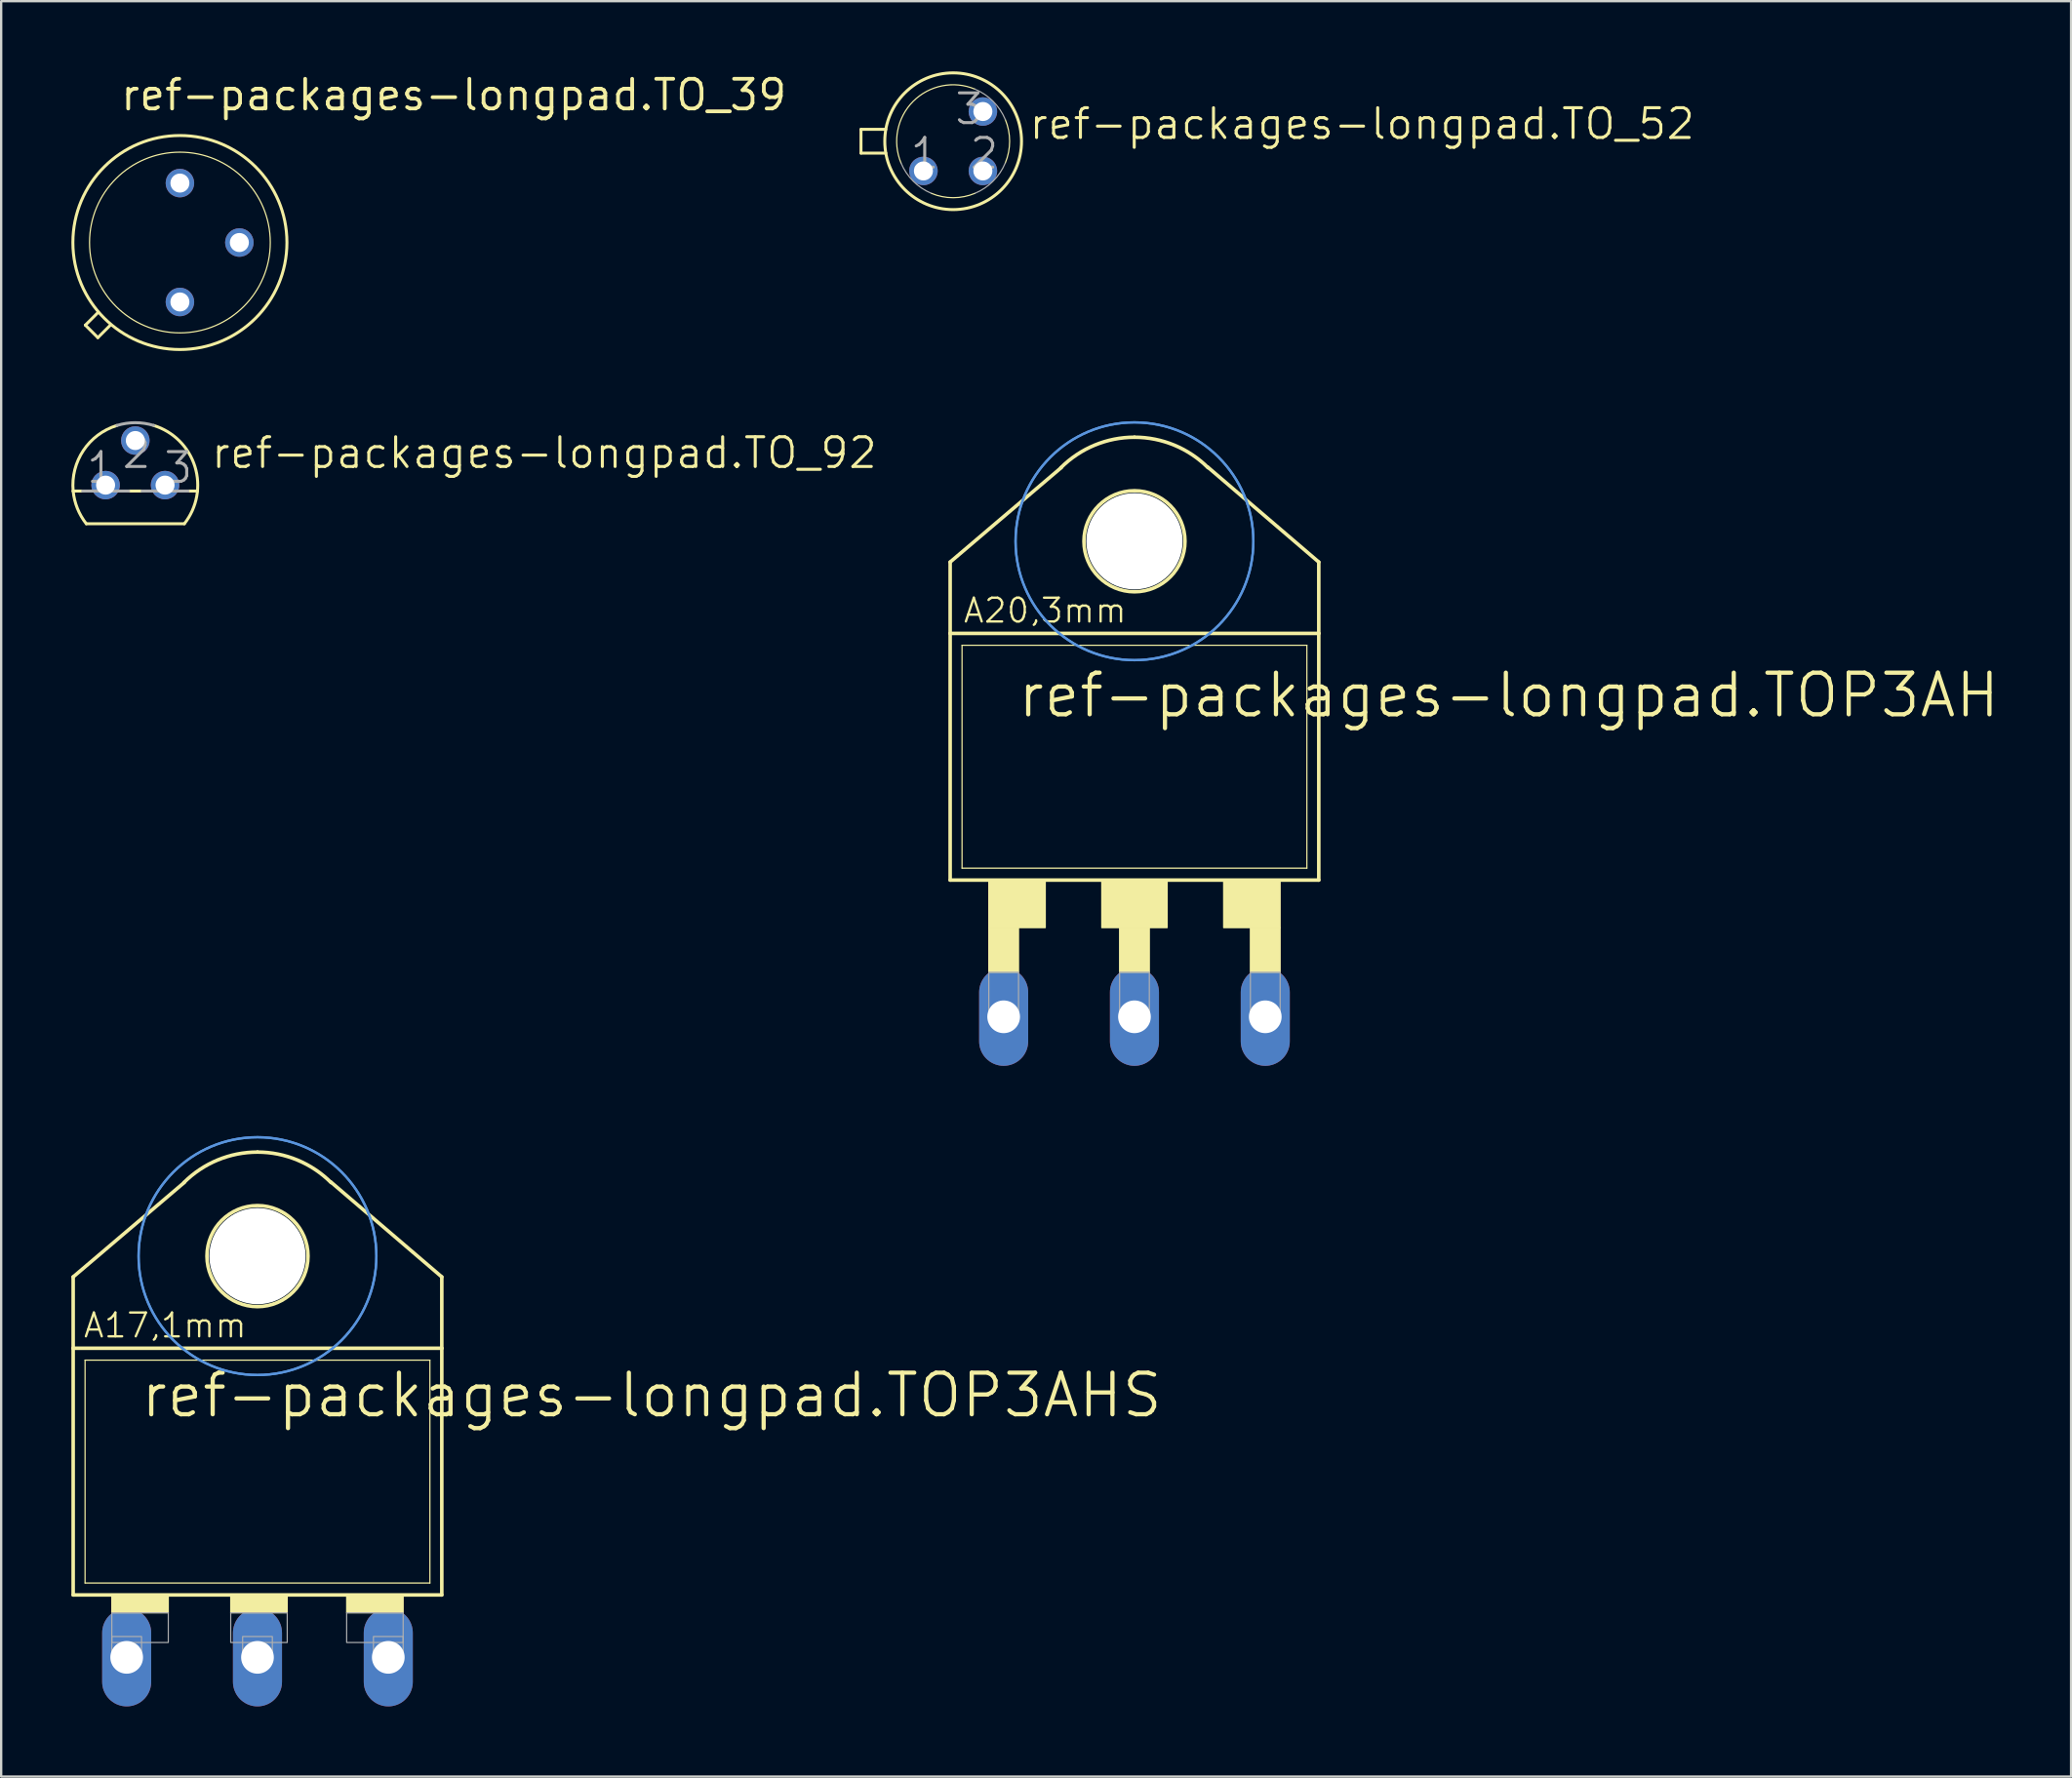
<source format=kicad_pcb>
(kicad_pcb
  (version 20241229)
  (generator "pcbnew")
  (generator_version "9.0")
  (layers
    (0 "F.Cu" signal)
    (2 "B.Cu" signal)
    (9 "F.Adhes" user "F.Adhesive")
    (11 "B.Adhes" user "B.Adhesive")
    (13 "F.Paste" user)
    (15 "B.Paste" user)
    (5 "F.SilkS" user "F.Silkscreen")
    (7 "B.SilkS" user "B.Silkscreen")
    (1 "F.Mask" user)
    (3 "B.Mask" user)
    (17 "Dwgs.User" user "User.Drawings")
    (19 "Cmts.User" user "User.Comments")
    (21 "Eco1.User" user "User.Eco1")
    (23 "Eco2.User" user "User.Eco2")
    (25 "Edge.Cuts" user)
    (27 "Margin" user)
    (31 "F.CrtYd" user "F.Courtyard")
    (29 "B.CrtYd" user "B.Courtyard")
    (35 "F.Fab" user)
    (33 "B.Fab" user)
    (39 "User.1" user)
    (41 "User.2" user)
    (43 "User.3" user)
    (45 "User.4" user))
  (footprint "ref-packages-longpad.TO_39"
    (layer "F.Cu")
    (at 4.636 7.313)
    (property "Reference" "ref-packages-longpad.TO_39" (at -2.616 -5.563 0) (layer "F.SilkS") (effects (font (size 1.27 1.27) (thickness 0.16)) (justify left bottom)))
    (attr through_hole)
    (fp_line (start -4.039 3.531) (end -3.505 2.997) (stroke (width 0.127) (type default)) (layer "F.SilkS"))
    (fp_line (start -3.505 4.064) (end -4.039 3.531) (stroke (width 0.127) (type default)) (layer "F.SilkS"))
    (fp_line (start -2.972 3.531) (end -3.505 4.064) (stroke (width 0.127) (type default)) (layer "F.SilkS"))
    (fp_circle (center 0 0) (end 3.861 0) (stroke (width 0.051) (type default)) (fill no) (layer "F.SilkS"))
    (fp_circle (center 0 0) (end 4.572 0) (stroke (width 0.127) (type default)) (fill no) (layer "F.SilkS"))
    (pad "1" thru_hole circle (at 0 2.54) (size 1.219 1.219) (drill 0.813) (layers "*.Cu" "*.Mask"))
    (pad "2" thru_hole circle (at 2.54 0) (size 1.219 1.219) (drill 0.813) (layers "*.Cu" "*.Mask"))
    (pad "3" thru_hole circle (at 0 -2.54) (size 1.219 1.219) (drill 0.813) (layers "*.Cu" "*.Mask")))
  (footprint "ref-packages-longpad.TOP3AH"
    (layer "F.Cu")
    (at 45.416 32.778)
    (property "Reference" "ref-packages-longpad.TOP3AH" (at -5.08 -5.08 0) (layer "F.SilkS") (effects (font (size 1.778 1.778) (thickness 0.18)) (justify left bottom)))
    (attr through_hole)
    (fp_line (start -7.874 -11.811) (end -3.124 -15.85) (stroke (width 0.152) (type default)) (layer "F.SilkS"))
    (fp_line (start -7.874 -8.763) (end -7.874 -11.811) (stroke (width 0.152) (type default)) (layer "F.SilkS"))
    (fp_line (start -7.874 1.778) (end -7.874 -8.763) (stroke (width 0.152) (type default)) (layer "F.SilkS"))
    (fp_line (start -7.874 1.778) (end 7.874 1.778) (stroke (width 0.152) (type default)) (layer "F.SilkS"))
    (fp_line (start -7.366 1.27) (end -7.366 -8.255) (stroke (width 0.051) (type default)) (layer "F.SilkS"))
    (fp_line (start -7.366 1.27) (end 7.366 1.27) (stroke (width 0.051) (type default)) (layer "F.SilkS"))
    (fp_line (start 7.366 -8.255) (end -7.366 -8.255) (stroke (width 0.051) (type default)) (layer "F.SilkS"))
    (fp_line (start 7.366 -8.255) (end 7.366 1.27) (stroke (width 0.051) (type default)) (layer "F.SilkS"))
    (fp_line (start 7.874 -11.811) (end 3.124 -15.875) (stroke (width 0.152) (type default)) (layer "F.SilkS"))
    (fp_line (start 7.874 -8.763) (end -7.874 -8.763) (stroke (width 0.152) (type default)) (layer "F.SilkS"))
    (fp_line (start 7.874 -8.763) (end 7.874 -11.811) (stroke (width 0.152) (type default)) (layer "F.SilkS"))
    (fp_line (start 7.874 -8.763) (end 7.874 1.778) (stroke (width 0.152) (type default)) (layer "F.SilkS"))
    (fp_rect (start -6.223 3.81) (end -3.81 1.778) (stroke (width 0.05) (type default)) (fill yes) (layer "F.SilkS"))
    (fp_rect (start -6.223 5.715) (end -4.953 3.81) (stroke (width 0.05) (type default)) (fill yes) (layer "F.SilkS"))
    (fp_rect (start -1.397 3.81) (end 1.397 1.778) (stroke (width 0.05) (type default)) (fill yes) (layer "F.SilkS"))
    (fp_rect (start -0.635 5.715) (end 0.635 3.81) (stroke (width 0.05) (type default)) (fill yes) (layer "F.SilkS"))
    (fp_rect (start 3.81 3.81) (end 6.223 1.778) (stroke (width 0.05) (type default)) (fill yes) (layer "F.SilkS"))
    (fp_rect (start 4.953 5.715) (end 6.223 3.81) (stroke (width 0.05) (type default)) (fill yes) (layer "F.SilkS"))
    (fp_arc (start -3.1431 -15.8431) (mid -1.701032 -16.806651) (end 0 -17.145) (stroke (width 0.1524) (type default)) (layer "F.SilkS"))
    (fp_arc (start 0 -17.145) (mid 1.701032 -16.806651) (end 3.1431 -15.8431) (stroke (width 0.1524) (type default)) (layer "F.SilkS"))
    (fp_circle (center 0 -12.7) (end 2.159 -12.7) (stroke (width 0.152) (type default)) (fill no) (layer "F.SilkS"))
    (fp_circle (center 0 -12.7) (end 5.08 -12.7) (stroke (width 0.1) (type default)) (fill no) (layer "Cmts.User"))
    (fp_circle (center 0 -12.7) (end 5.08 -12.7) (stroke (width 0.1) (type default)) (fill no) (layer "Cmts.User"))
    (fp_rect (start -6.223 7.62) (end -4.953 5.715) (stroke (width 0.05) (type default)) (fill no) (layer "F.Fab"))
    (fp_rect (start -0.635 7.62) (end 0.635 5.715) (stroke (width 0.05) (type default)) (fill no) (layer "F.Fab"))
    (fp_rect (start 4.953 7.62) (end 6.223 5.715) (stroke (width 0.05) (type default)) (fill no) (layer "F.Fab"))
    (fp_text user "A20,3mm" (at -7.366 -9.144 0) (layer "F.SilkS") (effects (font (size 1.016 1.016) (thickness 0.1)) (justify left bottom)))
    (pad "" np_thru_hole circle (at 0 -12.7) (size 4.115 4.115) (drill 4.115) (layers "*.Cu" "*.Mask"))
    (pad "B" thru_hole oval (at -5.588 7.62 90) (size 4.191 2.095) (drill 1.397) (layers "*.Cu" "*.Mask"))
    (pad "C" thru_hole oval (at 0 7.62 90) (size 4.191 2.095) (drill 1.397) (layers "*.Cu" "*.Mask"))
    (pad "E" thru_hole oval (at 5.588 7.62 90) (size 4.191 2.095) (drill 1.397) (layers "*.Cu" "*.Mask")))
  (footprint "ref-packages-longpad.TO_92"
    (layer "F.Cu")
    (at 2.731 17.679)
    (property "Reference" "ref-packages-longpad.TO_92" (at 3.175 -0.635 0) (layer "F.SilkS") (effects (font (size 1.27 1.27) (thickness 0.13)) (justify left bottom)))
    (attr through_hole)
    (fp_line (start -2.655 0.254) (end -2.254 0.254) (stroke (width 0.127) (type default)) (layer "F.SilkS"))
    (fp_line (start -2.095 1.651) (end 2.095 1.651) (stroke (width 0.127) (type default)) (layer "F.SilkS"))
    (fp_line (start -0.286 0.254) (end 0.286 0.254) (stroke (width 0.127) (type default)) (layer "F.SilkS"))
    (fp_line (start 2.254 0.254) (end 2.655 0.254) (stroke (width 0.127) (type default)) (layer "F.SilkS"))
    (fp_arc (start -2.6549 0.254) (mid -2.219001 -1.479565) (end -0.7863 -2.5485) (stroke (width 0.127) (type default)) (layer "F.SilkS"))
    (fp_arc (start -2.0946 1.651) (mid -2.475346 0.992847) (end -2.6549 0.254) (stroke (width 0.127) (type default)) (layer "F.SilkS"))
    (fp_arc (start 0.7863 -2.5484) (mid 2.54627 -0.793201) (end 2.0945 1.651) (stroke (width 0.127) (type default)) (layer "F.SilkS"))
    (fp_line (start -2.254 0.254) (end -0.286 0.254) (stroke (width 0.127) (type default)) (layer "F.Fab"))
    (fp_line (start 0.286 0.254) (end 2.254 0.254) (stroke (width 0.127) (type default)) (layer "F.Fab"))
    (fp_arc (start -0.7863 -2.5485) (mid 0 -2.667043) (end 0.7863 -2.5485) (stroke (width 0.127) (type default)) (layer "F.Fab"))
    (fp_text user "1" (at -2.159 0 0) (layer "F.Fab") (effects (font (size 1.27 1.27) (thickness 0.13)) (justify left bottom)))
    (fp_text user "2" (at -0.635 -0.635 0) (layer "F.Fab") (effects (font (size 1.27 1.27) (thickness 0.13)) (justify left bottom)))
    (fp_text user "3" (at 1.143 0 0) (layer "F.Fab") (effects (font (size 1.27 1.27) (thickness 0.13)) (justify left bottom)))
    (pad "1" thru_hole circle (at -1.27 0) (size 1.219 1.219) (drill 0.813) (layers "*.Cu" "*.Mask"))
    (pad "2" thru_hole circle (at 0 -1.905) (size 1.219 1.219) (drill 0.813) (layers "*.Cu" "*.Mask"))
    (pad "3" thru_hole circle (at 1.27 0) (size 1.219 1.219) (drill 0.813) (layers "*.Cu" "*.Mask")))
  (footprint "ref-packages-longpad.TO_52"
    (layer "F.Cu")
    (at 37.67 2.985)
    (property "Reference" "ref-packages-longpad.TO_52" (at 3.175 0 0) (layer "F.SilkS") (effects (font (size 1.27 1.27) (thickness 0.13)) (justify left bottom)))
    (attr through_hole)
    (fp_line (start -3.937 -0.508) (end -2.877 -0.508) (stroke (width 0.127) (type default)) (layer "F.SilkS"))
    (fp_line (start -3.937 0.508) (end -3.937 -0.508) (stroke (width 0.127) (type default)) (layer "F.SilkS"))
    (fp_line (start -3.937 0.508) (end -2.877 0.508) (stroke (width 0.127) (type default)) (layer "F.SilkS"))
    (fp_arc (start -2.227 0.9289) (mid -1.706187 -1.706287) (end 0.929 -2.2271) (stroke (width 0.0508) (type default)) (layer "F.SilkS"))
    (fp_arc (start 0.9289 2.227) (mid 0 2.412962) (end -0.9289 2.227) (stroke (width 0.0508) (type default)) (layer "F.SilkS"))
    (fp_arc (start 2.227 -0.9289) (mid 2.412962 0) (end 2.227 0.9289) (stroke (width 0.0508) (type default)) (layer "F.SilkS"))
    (fp_circle (center 0 0) (end 2.921 0) (stroke (width 0.127) (type default)) (fill no) (layer "F.SilkS"))
    (fp_arc (start -0.9289 2.227) (mid -1.706222 1.706222) (end -2.227 0.9289) (stroke (width 0.0508) (type default)) (layer "F.Fab"))
    (fp_arc (start 0.9289 -2.227) (mid 1.706222 -1.706222) (end 2.227 -0.9289) (stroke (width 0.0508) (type default)) (layer "F.Fab"))
    (fp_arc (start 2.227 0.9289) (mid 1.706222 1.706222) (end 0.9289 2.227) (stroke (width 0.0508) (type default)) (layer "F.Fab"))
    (fp_text user "2" (at 0.635 1.27 0) (layer "F.Fab") (effects (font (size 1.27 1.27) (thickness 0.13)) (justify left bottom)))
    (fp_text user "1" (at -1.905 1.27 0) (layer "F.Fab") (effects (font (size 1.27 1.27) (thickness 0.13)) (justify left bottom)))
    (fp_text user "3" (at 0 -0.635 0) (layer "F.Fab") (effects (font (size 1.27 1.27) (thickness 0.13)) (justify left bottom)))
    (pad "1" thru_hole circle (at -1.27 1.27) (size 1.219 1.219) (drill 0.813) (layers "*.Cu" "*.Mask"))
    (pad "2" thru_hole circle (at 1.27 1.27) (size 1.219 1.219) (drill 0.813) (layers "*.Cu" "*.Mask"))
    (pad "3" thru_hole circle (at 1.27 -1.27) (size 1.219 1.219) (drill 0.813) (layers "*.Cu" "*.Mask")))
  (footprint "ref-packages-longpad.TOP3AHS"
    (layer "F.Cu")
    (at 7.95 62.689)
    (property "Reference" "ref-packages-longpad.TOP3AHS" (at -5.08 -5.08 0) (layer "F.SilkS") (effects (font (size 1.778 1.778) (thickness 0.18)) (justify left bottom)))
    (attr through_hole)
    (fp_line (start -7.874 -11.176) (end -3.124 -15.215) (stroke (width 0.152) (type default)) (layer "F.SilkS"))
    (fp_line (start -7.874 -8.128) (end -7.874 -11.176) (stroke (width 0.152) (type default)) (layer "F.SilkS"))
    (fp_line (start -7.874 2.413) (end -7.874 -8.128) (stroke (width 0.152) (type default)) (layer "F.SilkS"))
    (fp_line (start -7.874 2.413) (end 7.874 2.413) (stroke (width 0.152) (type default)) (layer "F.SilkS"))
    (fp_line (start -7.366 1.905) (end -7.366 -7.62) (stroke (width 0.051) (type default)) (layer "F.SilkS"))
    (fp_line (start -7.366 1.905) (end 7.366 1.905) (stroke (width 0.051) (type default)) (layer "F.SilkS"))
    (fp_line (start 7.366 -7.62) (end -7.366 -7.62) (stroke (width 0.051) (type default)) (layer "F.SilkS"))
    (fp_line (start 7.366 -7.62) (end 7.366 1.905) (stroke (width 0.051) (type default)) (layer "F.SilkS"))
    (fp_line (start 7.874 -11.176) (end 3.124 -15.24) (stroke (width 0.152) (type default)) (layer "F.SilkS"))
    (fp_line (start 7.874 -8.128) (end -7.874 -8.128) (stroke (width 0.152) (type default)) (layer "F.SilkS"))
    (fp_line (start 7.874 -8.128) (end 7.874 -11.176) (stroke (width 0.152) (type default)) (layer "F.SilkS"))
    (fp_line (start 7.874 -8.128) (end 7.874 2.413) (stroke (width 0.152) (type default)) (layer "F.SilkS"))
    (fp_rect (start -6.223 3.175) (end -3.81 2.413) (stroke (width 0.05) (type default)) (fill yes) (layer "F.SilkS"))
    (fp_rect (start -1.143 3.175) (end 1.27 2.413) (stroke (width 0.05) (type default)) (fill yes) (layer "F.SilkS"))
    (fp_rect (start 3.81 3.175) (end 6.223 2.413) (stroke (width 0.05) (type default)) (fill yes) (layer "F.SilkS"))
    (fp_arc (start -3.1431 -15.2081) (mid -1.701032 -16.171651) (end 0 -16.51) (stroke (width 0.1524) (type default)) (layer "F.SilkS"))
    (fp_arc (start 0 -16.51) (mid 1.701032 -16.171651) (end 3.1431 -15.2081) (stroke (width 0.1524) (type default)) (layer "F.SilkS"))
    (fp_circle (center 0 -12.065) (end 2.159 -12.065) (stroke (width 0.152) (type default)) (fill no) (layer "F.SilkS"))
    (fp_circle (center 0 -12.065) (end 5.08 -12.065) (stroke (width 0.1) (type default)) (fill no) (layer "Cmts.User"))
    (fp_circle (center 0 -12.065) (end 5.08 -12.065) (stroke (width 0.1) (type default)) (fill no) (layer "Cmts.User"))
    (fp_rect (start -6.223 4.445) (end -3.81 3.175) (stroke (width 0.05) (type default)) (fill no) (layer "F.Fab"))
    (fp_rect (start -6.223 5.08) (end -4.953 4.191) (stroke (width 0.05) (type default)) (fill no) (layer "F.Fab"))
    (fp_rect (start -1.143 4.445) (end 1.27 3.175) (stroke (width 0.05) (type default)) (fill no) (layer "F.Fab"))
    (fp_rect (start -0.635 5.08) (end 0.635 4.191) (stroke (width 0.05) (type default)) (fill no) (layer "F.Fab"))
    (fp_rect (start 3.81 4.445) (end 6.223 3.175) (stroke (width 0.05) (type default)) (fill no) (layer "F.Fab"))
    (fp_rect (start 4.953 5.08) (end 6.223 4.191) (stroke (width 0.05) (type default)) (fill no) (layer "F.Fab"))
    (fp_text user "A17,1mm" (at -7.493 -8.509 0) (layer "F.SilkS") (effects (font (size 1.016 1.016) (thickness 0.1)) (justify left bottom)))
    (pad "" np_thru_hole circle (at 0 -12.065) (size 4.115 4.115) (drill 4.115) (layers "*.Cu" "*.Mask"))
    (pad "B" thru_hole oval (at -5.588 5.08 90) (size 4.191 2.095) (drill 1.397) (layers "*.Cu" "*.Mask"))
    (pad "C" thru_hole oval (at 0 5.08 90) (size 4.191 2.095) (drill 1.397) (layers "*.Cu" "*.Mask"))
    (pad "E" thru_hole oval (at 5.588 5.08 90) (size 4.191 2.095) (drill 1.397) (layers "*.Cu" "*.Mask")))
  (gr_rect
    (start -3 -3)
    (end 85.43 72.864)
    (stroke (width 0.1) (type default))
    (fill no)
    (layer "Edge.Cuts")))
</source>
